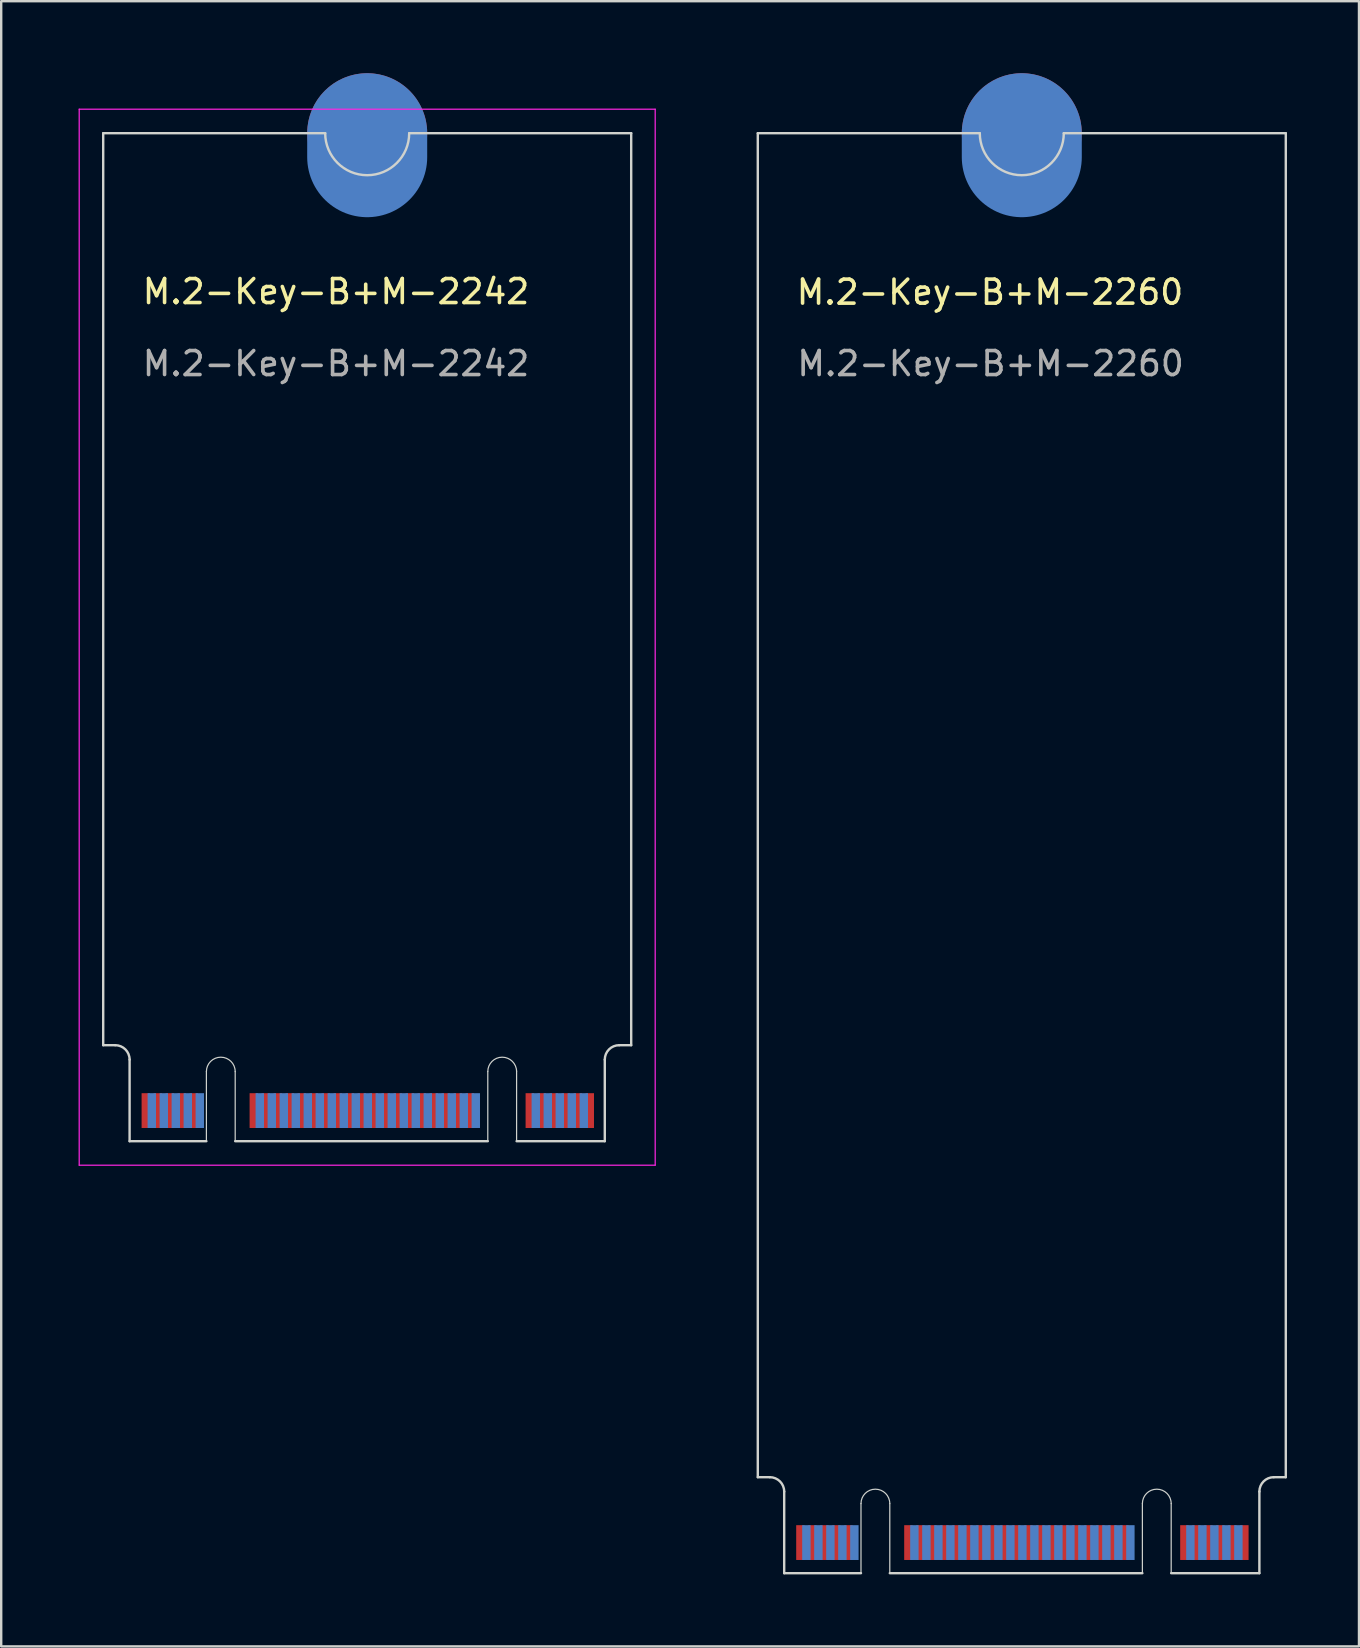
<source format=kicad_pcb>
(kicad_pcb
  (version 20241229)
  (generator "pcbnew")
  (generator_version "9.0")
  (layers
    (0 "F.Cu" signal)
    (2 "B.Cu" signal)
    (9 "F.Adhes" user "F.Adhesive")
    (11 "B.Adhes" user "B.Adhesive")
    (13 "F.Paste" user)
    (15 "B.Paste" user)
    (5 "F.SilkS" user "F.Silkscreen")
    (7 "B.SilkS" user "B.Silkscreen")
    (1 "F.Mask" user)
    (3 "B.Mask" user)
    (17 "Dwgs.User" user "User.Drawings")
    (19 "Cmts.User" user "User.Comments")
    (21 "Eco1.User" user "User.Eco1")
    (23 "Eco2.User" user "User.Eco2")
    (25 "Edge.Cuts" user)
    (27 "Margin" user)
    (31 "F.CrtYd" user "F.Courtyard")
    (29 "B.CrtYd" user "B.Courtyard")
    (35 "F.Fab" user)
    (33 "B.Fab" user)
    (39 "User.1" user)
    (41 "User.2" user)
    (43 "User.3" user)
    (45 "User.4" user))
  (footprint "M.2-Key-B+M-2260"
    (layer "F.Cu")
    (at 27.525 1.5)
    (property "Reference" "M.2-Key-B+M-2260" (at 10.675 7.625 0) (unlocked yes) (layer "F.SilkS") (effects (font (size 1 1) (thickness 0.15))))
    (attr exclude_from_pos_files exclude_from_bom allow_missing_courtyard)
    (fp_line (start 1 1) (end 1 57) (stroke (width 0.1) (type default)) (layer "Edge.Cuts"))
    (fp_line (start 1 1) (end 10.25 1) (stroke (width 0.1) (type default)) (layer "Edge.Cuts"))
    (fp_line (start 1 57) (end 1.5 57) (stroke (width 0.1) (type default)) (layer "Edge.Cuts"))
    (fp_line (start 2.1 57.6) (end 2.1 61) (stroke (width 0.1) (type default)) (layer "Edge.Cuts"))
    (fp_line (start 2.1 61) (end 5.3 61) (stroke (width 0.1) (type default)) (layer "Edge.Cuts"))
    (fp_line (start 5.3 61) (end 5.3 58.1) (stroke (width 0.05) (type default)) (layer "Edge.Cuts"))
    (fp_line (start 6.5 58.1) (end 6.5 61) (stroke (width 0.05) (type default)) (layer "Edge.Cuts"))
    (fp_line (start 6.5 61) (end 17.025 61) (stroke (width 0.1) (type default)) (layer "Edge.Cuts"))
    (fp_line (start 17.025 61) (end 17.025 58.1) (stroke (width 0.05) (type default)) (layer "Edge.Cuts"))
    (fp_line (start 18.225 58.1) (end 18.225 61) (stroke (width 0.05) (type default)) (layer "Edge.Cuts"))
    (fp_line (start 18.225 61) (end 21.9 61) (stroke (width 0.1) (type default)) (layer "Edge.Cuts"))
    (fp_line (start 21.9 57.6) (end 21.9 61) (stroke (width 0.1) (type default)) (layer "Edge.Cuts"))
    (fp_line (start 23 1) (end 13.75 1) (stroke (width 0.1) (type default)) (layer "Edge.Cuts"))
    (fp_line (start 23 1) (end 23 57) (stroke (width 0.1) (type default)) (layer "Edge.Cuts"))
    (fp_line (start 23 57) (end 22.5 57) (stroke (width 0.1) (type default)) (layer "Edge.Cuts"))
    (fp_arc (start 1.5 57) (mid 1.924264 57.175736) (end 2.1 57.6) (stroke (width 0.1) (type default)) (layer "Edge.Cuts"))
    (fp_arc (start 5.3 58.1) (mid 5.9 57.5) (end 6.5 58.1) (stroke (width 0.05) (type default)) (layer "Edge.Cuts"))
    (fp_arc (start 13.75 1) (mid 12 2.75) (end 10.25 1) (stroke (width 0.1) (type default)) (layer "Edge.Cuts"))
    (fp_arc (start 17.025 58.1) (mid 17.625 57.5) (end 18.225 58.1) (stroke (width 0.05) (type default)) (layer "Edge.Cuts"))
    (fp_arc (start 21.9 57.6) (mid 22.075736 57.175736) (end 22.5 57) (stroke (width 0.1) (type default)) (layer "Edge.Cuts"))
    (fp_text user "${REFERENCE}" (at 10.7 10.6 0) (unlocked yes) (layer "F.Fab") (effects (font (size 1 1) (thickness 0.15))))
    (pad "1" connect rect (at 21.275 59.725) (size 0.35 1.45) (layers "F.Cu" "F.Mask"))
    (pad "2" connect rect (at 21.025 59.725) (size 0.35 1.45) (layers "B.Cu" "B.Mask"))
    (pad "3" connect rect (at 20.775 59.725) (size 0.35 1.45) (layers "F.Cu" "F.Mask"))
    (pad "4" connect rect (at 20.525 59.725) (size 0.35 1.45) (layers "B.Cu" "B.Mask"))
    (pad "5" connect rect (at 20.275 59.725) (size 0.35 1.45) (layers "F.Cu" "F.Mask"))
    (pad "6" connect rect (at 20.025 59.725) (size 0.35 1.45) (layers "B.Cu" "B.Mask"))
    (pad "7" connect rect (at 19.775 59.725) (size 0.35 1.45) (layers "F.Cu" "F.Mask"))
    (pad "8" connect rect (at 19.525 59.725) (size 0.35 1.45) (layers "B.Cu" "B.Mask"))
    (pad "9" connect rect (at 19.275 59.725) (size 0.35 1.45) (layers "F.Cu" "F.Mask"))
    (pad "10" connect rect (at 19.025 59.725) (size 0.35 1.45) (layers "B.Cu" "B.Mask"))
    (pad "11" connect rect (at 18.775 59.725) (size 0.35 1.45) (layers "F.Cu" "F.Mask"))
    (pad "20" connect rect (at 16.525 59.725) (size 0.35 1.45) (layers "B.Cu" "B.Mask"))
    (pad "21" connect rect (at 16.275 59.725) (size 0.35 1.45) (layers "F.Cu" "F.Mask"))
    (pad "22" connect rect (at 16.025 59.725) (size 0.35 1.45) (layers "B.Cu" "B.Mask"))
    (pad "23" connect rect (at 15.775 59.725) (size 0.35 1.45) (layers "F.Cu" "F.Mask"))
    (pad "24" connect rect (at 15.525 59.725) (size 0.35 1.45) (layers "B.Cu" "B.Mask"))
    (pad "25" connect rect (at 15.275 59.725) (size 0.35 1.45) (layers "F.Cu" "F.Mask"))
    (pad "26" connect rect (at 15.025 59.725) (size 0.35 1.45) (layers "B.Cu" "B.Mask"))
    (pad "27" connect rect (at 14.775 59.725) (size 0.35 1.45) (layers "F.Cu" "F.Mask"))
    (pad "28" connect rect (at 14.525 59.725) (size 0.35 1.45) (layers "B.Cu" "B.Mask"))
    (pad "29" connect rect (at 14.275 59.725) (size 0.35 1.45) (layers "F.Cu" "F.Mask"))
    (pad "30" connect rect (at 14.025 59.725) (size 0.35 1.45) (layers "B.Cu" "B.Mask"))
    (pad "31" connect rect (at 13.775 59.725) (size 0.35 1.45) (layers "F.Cu" "F.Mask"))
    (pad "32" connect rect (at 13.525 59.725) (size 0.35 1.45) (layers "B.Cu" "B.Mask"))
    (pad "33" connect rect (at 13.275 59.725) (size 0.35 1.45) (layers "F.Cu" "F.Mask"))
    (pad "34" connect rect (at 13.025 59.725) (size 0.35 1.45) (layers "B.Cu" "B.Mask"))
    (pad "35" connect rect (at 12.775 59.725) (size 0.35 1.45) (layers "F.Cu" "F.Mask"))
    (pad "36" connect rect (at 12.525 59.725) (size 0.35 1.45) (layers "B.Cu" "B.Mask"))
    (pad "37" connect rect (at 12.275 59.725) (size 0.35 1.45) (layers "F.Cu" "F.Mask"))
    (pad "38" connect rect (at 12.025 59.725) (size 0.35 1.45) (layers "B.Cu" "B.Mask"))
    (pad "39" connect rect (at 11.775 59.725) (size 0.35 1.45) (layers "F.Cu" "F.Mask"))
    (pad "40" connect rect (at 11.525 59.725) (size 0.35 1.45) (layers "B.Cu" "B.Mask"))
    (pad "41" connect rect (at 11.275 59.725) (size 0.35 1.45) (layers "F.Cu" "F.Mask"))
    (pad "42" connect rect (at 11.025 59.725) (size 0.35 1.45) (layers "B.Cu" "B.Mask"))
    (pad "43" connect rect (at 10.775 59.725) (size 0.35 1.45) (layers "F.Cu" "F.Mask"))
    (pad "44" connect rect (at 10.525 59.725) (size 0.35 1.45) (layers "B.Cu" "B.Mask"))
    (pad "45" connect rect (at 10.275 59.725) (size 0.35 1.45) (layers "F.Cu" "F.Mask"))
    (pad "46" connect rect (at 10.025 59.725) (size 0.35 1.45) (layers "B.Cu" "B.Mask"))
    (pad "47" connect rect (at 9.775 59.725) (size 0.35 1.45) (layers "F.Cu" "F.Mask"))
    (pad "48" connect rect (at 9.525 59.725) (size 0.35 1.45) (layers "B.Cu" "B.Mask"))
    (pad "49" connect rect (at 9.275 59.725) (size 0.35 1.45) (layers "F.Cu" "F.Mask"))
    (pad "50" connect rect (at 9.025 59.725) (size 0.35 1.45) (layers "B.Cu" "B.Mask"))
    (pad "51" connect rect (at 8.775 59.725) (size 0.35 1.45) (layers "F.Cu" "F.Mask"))
    (pad "52" connect rect (at 8.525 59.725) (size 0.35 1.45) (layers "B.Cu" "B.Mask"))
    (pad "53" connect rect (at 8.275 59.725) (size 0.35 1.45) (layers "F.Cu" "F.Mask"))
    (pad "54" connect rect (at 8.025 59.725) (size 0.35 1.45) (layers "B.Cu" "B.Mask"))
    (pad "55" connect rect (at 7.775 59.725) (size 0.35 1.45) (layers "F.Cu" "F.Mask"))
    (pad "56" connect rect (at 7.525 59.725) (size 0.35 1.45) (layers "B.Cu" "B.Mask"))
    (pad "57" connect rect (at 7.275 59.725) (size 0.35 1.45) (layers "F.Cu" "F.Mask"))
    (pad "66" connect rect (at 5.025 59.725) (size 0.35 1.45) (layers "B.Cu" "B.Mask"))
    (pad "67" connect rect (at 4.775 59.725) (size 0.35 1.45) (layers "F.Cu" "F.Mask"))
    (pad "68" connect rect (at 4.525 59.725) (size 0.35 1.45) (layers "B.Cu" "B.Mask"))
    (pad "69" connect rect (at 4.275 59.725) (size 0.35 1.45) (layers "F.Cu" "F.Mask"))
    (pad "70" connect rect (at 4.025 59.725) (size 0.35 1.45) (layers "B.Cu" "B.Mask"))
    (pad "71" connect rect (at 3.775 59.725) (size 0.35 1.45) (layers "F.Cu" "F.Mask"))
    (pad "72" connect rect (at 3.525 59.725) (size 0.35 1.45) (layers "B.Cu" "B.Mask"))
    (pad "73" connect rect (at 3.275 59.725) (size 0.35 1.45) (layers "F.Cu" "F.Mask"))
    (pad "74" connect rect (at 3.025 59.725) (size 0.35 1.45) (layers "B.Cu" "B.Mask"))
    (pad "75" connect rect (at 2.775 59.725) (size 0.35 1.45) (layers "F.Cu" "F.Mask"))
    (pad "76" connect circle (at 12 1) (size 5 5) (layers "F.Cu" "F.Mask"))
    (pad "76" connect oval (at 12 1.5) (size 5 6) (layers "B.Cu" "B.Mask"))
    (zone (net_name "") (layer "F.Cu") (name "TOP COMPONENT KEEPOUT") (hatch edge 0.5) (connect_pads) (min_thickness 0.25) (filled_areas_thickness no) (keepout (tracks allowed) (vias allowed) (pads allowed) (copperpour allowed) (footprints not_allowed)) (placement (enabled no)) (fill) (polygon (pts (xy 29.625 62.5) (xy 29.625 58.5) (xy 49.425 58.5) (xy 49.425 62.5))))
    (zone (net_name "") (layer "B.Cu") (name "BOTTOM COMPONENT KEEPOUT") (hatch edge 0.5) (connect_pads) (min_thickness 0.25) (filled_areas_thickness no) (keepout (tracks allowed) (vias allowed) (pads allowed) (copperpour allowed) (footprints not_allowed)) (placement (enabled no)) (fill) (polygon (pts (xy 29.625 62.5) (xy 49.425 62.5) (xy 49.425 58.5) (xy 50.525 58.5) (xy 50.525 57.3) (xy 28.525 57.3) (xy 28.525 58.5) (xy 29.625 58.5)))))
  (footprint "M.2-Key-B+M-2242"
    (layer "F.Cu")
    (at 0.25 1.5)
    (property "Reference" "M.2-Key-B+M-2242" (at 10.7 7.6 0) (unlocked yes) (layer "F.SilkS") (effects (font (size 1 1) (thickness 0.15))))
    (attr exclude_from_pos_files exclude_from_bom allow_missing_courtyard)
    (fp_line (start 1 1) (end 1 39) (stroke (width 0.1) (type default)) (layer "Edge.Cuts"))
    (fp_line (start 1 1) (end 10.25 1) (stroke (width 0.1) (type default)) (layer "Edge.Cuts"))
    (fp_line (start 1 39) (end 1.5 39) (stroke (width 0.1) (type default)) (layer "Edge.Cuts"))
    (fp_line (start 2.1 39.6) (end 2.1 43) (stroke (width 0.1) (type default)) (layer "Edge.Cuts"))
    (fp_line (start 2.1 43) (end 5.3 43) (stroke (width 0.1) (type default)) (layer "Edge.Cuts"))
    (fp_line (start 5.3 43) (end 5.3 40.1) (stroke (width 0.05) (type default)) (layer "Edge.Cuts"))
    (fp_line (start 6.5 40.1) (end 6.5 43) (stroke (width 0.05) (type default)) (layer "Edge.Cuts"))
    (fp_line (start 6.5 43) (end 17.025 43) (stroke (width 0.1) (type default)) (layer "Edge.Cuts"))
    (fp_line (start 17.025 43) (end 17.025 40.1) (stroke (width 0.05) (type default)) (layer "Edge.Cuts"))
    (fp_line (start 18.225 40.1) (end 18.225 43) (stroke (width 0.05) (type default)) (layer "Edge.Cuts"))
    (fp_line (start 18.225 43) (end 21.9 43) (stroke (width 0.1) (type default)) (layer "Edge.Cuts"))
    (fp_line (start 21.9 39.6) (end 21.9 43) (stroke (width 0.1) (type default)) (layer "Edge.Cuts"))
    (fp_line (start 23 1) (end 13.75 1) (stroke (width 0.1) (type default)) (layer "Edge.Cuts"))
    (fp_line (start 23 1) (end 23 39) (stroke (width 0.1) (type default)) (layer "Edge.Cuts"))
    (fp_line (start 23 39) (end 22.5 39) (stroke (width 0.1) (type default)) (layer "Edge.Cuts"))
    (fp_arc (start 1.5 39) (mid 1.924264 39.175736) (end 2.1 39.6) (stroke (width 0.1) (type default)) (layer "Edge.Cuts"))
    (fp_arc (start 5.3 40.1) (mid 5.9 39.5) (end 6.5 40.1) (stroke (width 0.05) (type default)) (layer "Edge.Cuts"))
    (fp_arc (start 13.75 1) (mid 12 2.75) (end 10.25 1) (stroke (width 0.1) (type default)) (layer "Edge.Cuts"))
    (fp_arc (start 17.025 40.1) (mid 17.625 39.5) (end 18.225 40.1) (stroke (width 0.05) (type default)) (layer "Edge.Cuts"))
    (fp_arc (start 21.9 39.6) (mid 22.075736 39.175736) (end 22.5 39) (stroke (width 0.1) (type default)) (layer "Edge.Cuts"))
    (fp_line (start 0 0) (end 0 44) (stroke (width 0.05) (type default)) (layer "F.CrtYd"))
    (fp_line (start 0 44) (end 24 44) (stroke (width 0.05) (type default)) (layer "F.CrtYd"))
    (fp_line (start 24 0) (end 0 0) (stroke (width 0.05) (type default)) (layer "F.CrtYd"))
    (fp_line (start 24 44) (end 24 0) (stroke (width 0.05) (type default)) (layer "F.CrtYd"))
    (fp_text user "${REFERENCE}" (at 10.7 10.6 0) (unlocked yes) (layer "F.Fab") (effects (font (size 1 1) (thickness 0.15))))
    (pad "1" connect rect (at 21.275 41.725) (size 0.35 1.45) (layers "F.Cu" "F.Mask"))
    (pad "2" connect rect (at 21.025 41.725) (size 0.35 1.45) (layers "B.Cu" "B.Mask"))
    (pad "3" connect rect (at 20.775 41.725) (size 0.35 1.45) (layers "F.Cu" "F.Mask"))
    (pad "4" connect rect (at 20.525 41.725) (size 0.35 1.45) (layers "B.Cu" "B.Mask"))
    (pad "5" connect rect (at 20.275 41.725) (size 0.35 1.45) (layers "F.Cu" "F.Mask"))
    (pad "6" connect rect (at 20.025 41.725) (size 0.35 1.45) (layers "B.Cu" "B.Mask"))
    (pad "7" connect rect (at 19.775 41.725) (size 0.35 1.45) (layers "F.Cu" "F.Mask"))
    (pad "8" connect rect (at 19.525 41.725) (size 0.35 1.45) (layers "B.Cu" "B.Mask"))
    (pad "9" connect rect (at 19.275 41.725) (size 0.35 1.45) (layers "F.Cu" "F.Mask"))
    (pad "10" connect rect (at 19.025 41.725) (size 0.35 1.45) (layers "B.Cu" "B.Mask"))
    (pad "11" connect rect (at 18.775 41.725) (size 0.35 1.45) (layers "F.Cu" "F.Mask"))
    (pad "20" connect rect (at 16.525 41.725) (size 0.35 1.45) (layers "B.Cu" "B.Mask"))
    (pad "21" connect rect (at 16.275 41.725) (size 0.35 1.45) (layers "F.Cu" "F.Mask"))
    (pad "22" connect rect (at 16.025 41.725) (size 0.35 1.45) (layers "B.Cu" "B.Mask"))
    (pad "23" connect rect (at 15.775 41.725) (size 0.35 1.45) (layers "F.Cu" "F.Mask"))
    (pad "24" connect rect (at 15.525 41.725) (size 0.35 1.45) (layers "B.Cu" "B.Mask"))
    (pad "25" connect rect (at 15.275 41.725) (size 0.35 1.45) (layers "F.Cu" "F.Mask"))
    (pad "26" connect rect (at 15.025 41.725) (size 0.35 1.45) (layers "B.Cu" "B.Mask"))
    (pad "27" connect rect (at 14.775 41.725) (size 0.35 1.45) (layers "F.Cu" "F.Mask"))
    (pad "28" connect rect (at 14.525 41.725) (size 0.35 1.45) (layers "B.Cu" "B.Mask"))
    (pad "29" connect rect (at 14.275 41.725) (size 0.35 1.45) (layers "F.Cu" "F.Mask"))
    (pad "30" connect rect (at 14.025 41.725) (size 0.35 1.45) (layers "B.Cu" "B.Mask"))
    (pad "31" connect rect (at 13.775 41.725) (size 0.35 1.45) (layers "F.Cu" "F.Mask"))
    (pad "32" connect rect (at 13.525 41.725) (size 0.35 1.45) (layers "B.Cu" "B.Mask"))
    (pad "33" connect rect (at 13.275 41.725) (size 0.35 1.45) (layers "F.Cu" "F.Mask"))
    (pad "34" connect rect (at 13.025 41.725) (size 0.35 1.45) (layers "B.Cu" "B.Mask"))
    (pad "35" connect rect (at 12.775 41.725) (size 0.35 1.45) (layers "F.Cu" "F.Mask"))
    (pad "36" connect rect (at 12.525 41.725) (size 0.35 1.45) (layers "B.Cu" "B.Mask"))
    (pad "37" connect rect (at 12.275 41.725) (size 0.35 1.45) (layers "F.Cu" "F.Mask"))
    (pad "38" connect rect (at 12.025 41.725) (size 0.35 1.45) (layers "B.Cu" "B.Mask"))
    (pad "39" connect rect (at 11.775 41.725) (size 0.35 1.45) (layers "F.Cu" "F.Mask"))
    (pad "40" connect rect (at 11.525 41.725) (size 0.35 1.45) (layers "B.Cu" "B.Mask"))
    (pad "41" connect rect (at 11.275 41.725) (size 0.35 1.45) (layers "F.Cu" "F.Mask"))
    (pad "42" connect rect (at 11.025 41.725) (size 0.35 1.45) (layers "B.Cu" "B.Mask"))
    (pad "43" connect rect (at 10.775 41.725) (size 0.35 1.45) (layers "F.Cu" "F.Mask"))
    (pad "44" connect rect (at 10.525 41.725) (size 0.35 1.45) (layers "B.Cu" "B.Mask"))
    (pad "45" connect rect (at 10.275 41.725) (size 0.35 1.45) (layers "F.Cu" "F.Mask"))
    (pad "46" connect rect (at 10.025 41.725) (size 0.35 1.45) (layers "B.Cu" "B.Mask"))
    (pad "47" connect rect (at 9.775 41.725) (size 0.35 1.45) (layers "F.Cu" "F.Mask"))
    (pad "48" connect rect (at 9.525 41.725) (size 0.35 1.45) (layers "B.Cu" "B.Mask"))
    (pad "49" connect rect (at 9.275 41.725) (size 0.35 1.45) (layers "F.Cu" "F.Mask"))
    (pad "50" connect rect (at 9.025 41.725) (size 0.35 1.45) (layers "B.Cu" "B.Mask"))
    (pad "51" connect rect (at 8.775 41.725) (size 0.35 1.45) (layers "F.Cu" "F.Mask"))
    (pad "52" connect rect (at 8.525 41.725) (size 0.35 1.45) (layers "B.Cu" "B.Mask"))
    (pad "53" connect rect (at 8.275 41.725) (size 0.35 1.45) (layers "F.Cu" "F.Mask"))
    (pad "54" connect rect (at 8.025 41.725) (size 0.35 1.45) (layers "B.Cu" "B.Mask"))
    (pad "55" connect rect (at 7.775 41.725) (size 0.35 1.45) (layers "F.Cu" "F.Mask"))
    (pad "56" connect rect (at 7.525 41.725) (size 0.35 1.45) (layers "B.Cu" "B.Mask"))
    (pad "57" connect rect (at 7.275 41.725) (size 0.35 1.45) (layers "F.Cu" "F.Mask"))
    (pad "66" connect rect (at 5.025 41.725) (size 0.35 1.45) (layers "B.Cu" "B.Mask"))
    (pad "67" connect rect (at 4.775 41.725) (size 0.35 1.45) (layers "F.Cu" "F.Mask"))
    (pad "68" connect rect (at 4.525 41.725) (size 0.35 1.45) (layers "B.Cu" "B.Mask"))
    (pad "69" connect rect (at 4.275 41.725) (size 0.35 1.45) (layers "F.Cu" "F.Mask"))
    (pad "70" connect rect (at 4.025 41.725) (size 0.35 1.45) (layers "B.Cu" "B.Mask"))
    (pad "71" connect rect (at 3.775 41.725) (size 0.35 1.45) (layers "F.Cu" "F.Mask"))
    (pad "72" connect rect (at 3.525 41.725) (size 0.35 1.45) (layers "B.Cu" "B.Mask"))
    (pad "73" connect rect (at 3.275 41.725) (size 0.35 1.45) (layers "F.Cu" "F.Mask"))
    (pad "74" connect rect (at 3.025 41.725) (size 0.35 1.45) (layers "B.Cu" "B.Mask"))
    (pad "75" connect rect (at 2.775 41.725) (size 0.35 1.45) (layers "F.Cu" "F.Mask"))
    (pad "76" connect circle (at 12 1) (size 5 5) (layers "F.Cu" "F.Mask"))
    (pad "76" connect oval (at 12 1.5) (size 5 6) (layers "B.Cu" "B.Mask"))
    (zone (net_name "") (layer "F.Cu") (name "TOP COMPONENT KEEPOUT") (hatch edge 0.5) (connect_pads) (min_thickness 0.25) (filled_areas_thickness no) (keepout (tracks allowed) (vias allowed) (pads allowed) (copperpour allowed) (footprints not_allowed)) (placement (enabled no)) (fill) (polygon (pts (xy 2.35 44.5) (xy 2.35 40.5) (xy 22.15 40.5) (xy 22.15 44.5)))))
  (gr_rect
    (start -3 -3)
    (end 53.575 65.55)
    (stroke (width 0.1) (type default))
    (fill no)
    (layer "Edge.Cuts")))
</source>
